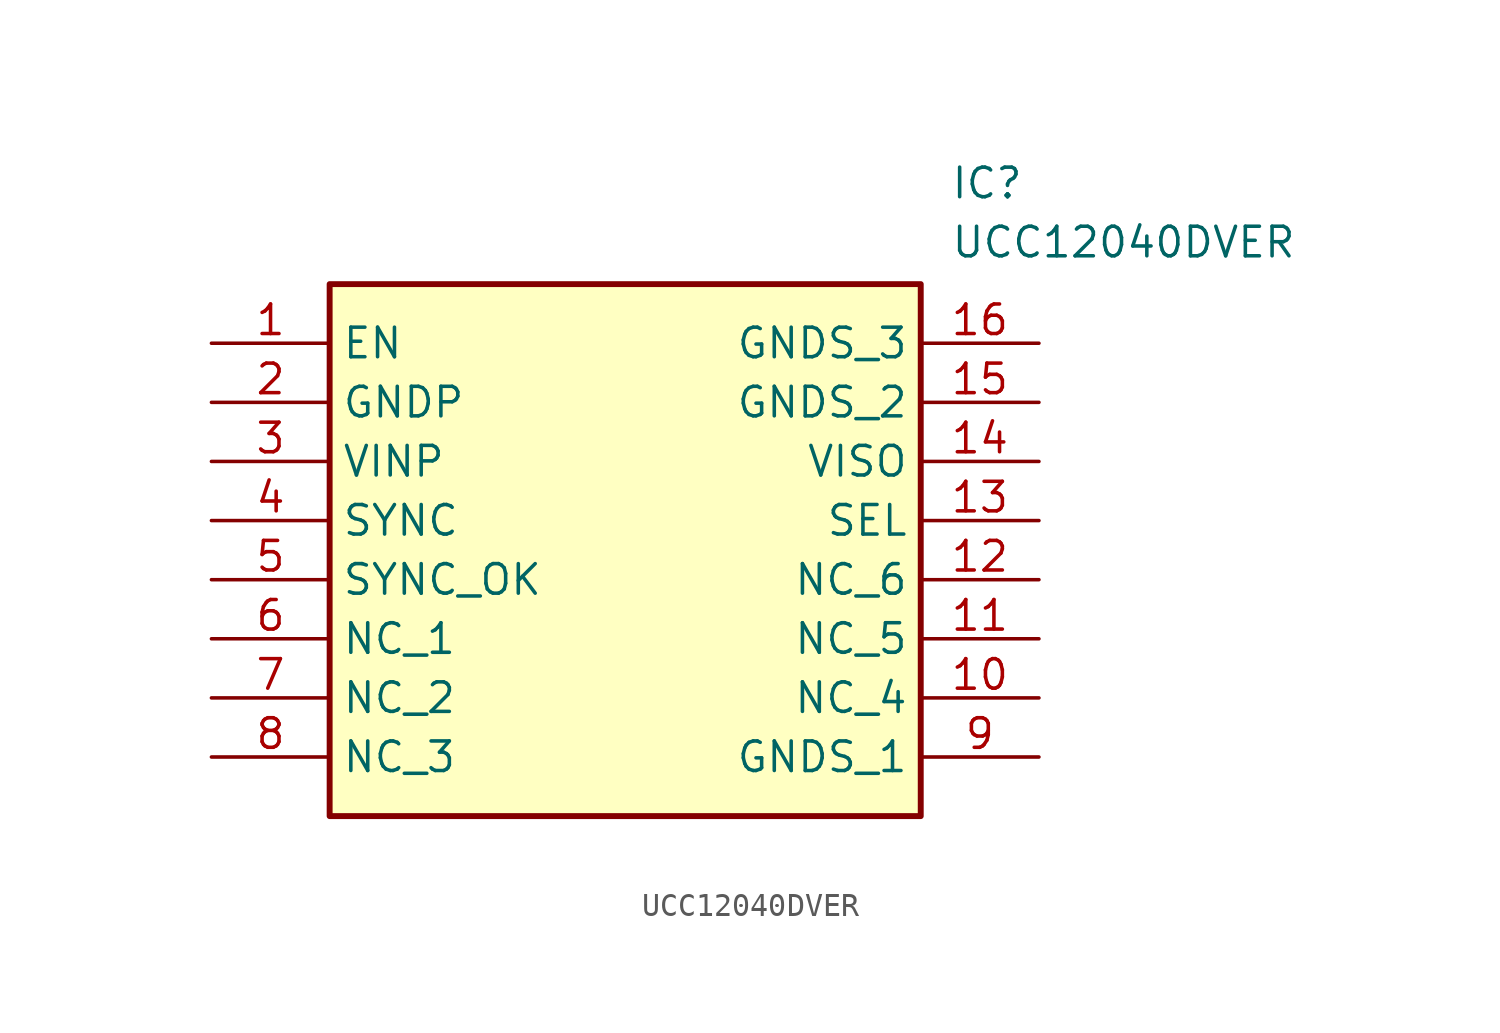
<source format=kicad_sym>
(kicad_symbol_lib
  (version 20211014)
  (generator SamacSys_ECAD_Model)
  (symbol "UCC12040DVER"
    (property "Reference" "IC"
      (at 31.75 7.62 0)
      (effects (font (size 1.27 1.27)) (justify left top)))
    (property "Value" "UCC12040DVER"
      (at 31.75 5.08 0)
      (effects (font (size 1.27 1.27)) (justify left top)))
    (rectangle
      (start 5.08 2.54)
      (end 30.48 -20.32)
      (stroke (width 0.254) (type default))
      (fill (type background)))
    (pin passive line
      (at 0 0 0)
      (length 5.08)
      (name "EN" (effects (font (size 1.27 1.27))))
      (number "1" (effects (font (size 1.27 1.27)))))
    (pin passive line
      (at 0 -2.54 0)
      (length 5.08)
      (name "GNDP" (effects (font (size 1.27 1.27))))
      (number "2" (effects (font (size 1.27 1.27)))))
    (pin passive line
      (at 0 -5.08 0)
      (length 5.08)
      (name "VINP" (effects (font (size 1.27 1.27))))
      (number "3" (effects (font (size 1.27 1.27)))))
    (pin passive line
      (at 0 -7.62 0)
      (length 5.08)
      (name "SYNC" (effects (font (size 1.27 1.27))))
      (number "4" (effects (font (size 1.27 1.27)))))
    (pin passive line
      (at 0 -10.16 0)
      (length 5.08)
      (name "SYNC_OK" (effects (font (size 1.27 1.27))))
      (number "5" (effects (font (size 1.27 1.27)))))
    (pin passive line
      (at 0 -12.7 0)
      (length 5.08)
      (name "NC_1" (effects (font (size 1.27 1.27))))
      (number "6" (effects (font (size 1.27 1.27)))))
    (pin passive line
      (at 0 -15.24 0)
      (length 5.08)
      (name "NC_2" (effects (font (size 1.27 1.27))))
      (number "7" (effects (font (size 1.27 1.27)))))
    (pin passive line
      (at 0 -17.78 0)
      (length 5.08)
      (name "NC_3" (effects (font (size 1.27 1.27))))
      (number "8" (effects (font (size 1.27 1.27)))))
    (pin passive line
      (at 35.56 0 180)
      (length 5.08)
      (name "GNDS_3" (effects (font (size 1.27 1.27))))
      (number "16" (effects (font (size 1.27 1.27)))))
    (pin passive line
      (at 35.56 -2.54 180)
      (length 5.08)
      (name "GNDS_2" (effects (font (size 1.27 1.27))))
      (number "15" (effects (font (size 1.27 1.27)))))
    (pin passive line
      (at 35.56 -5.08 180)
      (length 5.08)
      (name "VISO" (effects (font (size 1.27 1.27))))
      (number "14" (effects (font (size 1.27 1.27)))))
    (pin passive line
      (at 35.56 -7.62 180)
      (length 5.08)
      (name "SEL" (effects (font (size 1.27 1.27))))
      (number "13" (effects (font (size 1.27 1.27)))))
    (pin passive line
      (at 35.56 -10.16 180)
      (length 5.08)
      (name "NC_6" (effects (font (size 1.27 1.27))))
      (number "12" (effects (font (size 1.27 1.27)))))
    (pin passive line
      (at 35.56 -12.7 180)
      (length 5.08)
      (name "NC_5" (effects (font (size 1.27 1.27))))
      (number "11" (effects (font (size 1.27 1.27)))))
    (pin passive line
      (at 35.56 -15.24 180)
      (length 5.08)
      (name "NC_4" (effects (font (size 1.27 1.27))))
      (number "10" (effects (font (size 1.27 1.27)))))
    (pin passive line
      (at 35.56 -17.78 180)
      (length 5.08)
      (name "GNDS_1" (effects (font (size 1.27 1.27))))
      (number "9" (effects (font (size 1.27 1.27)))))))
</source>
